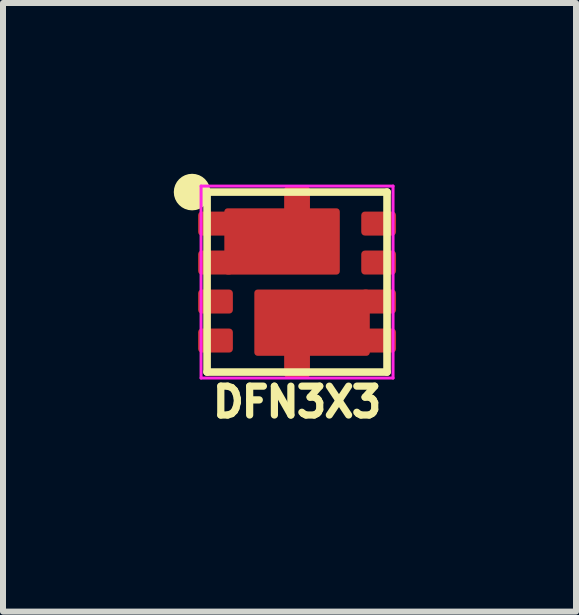
<source format=kicad_pcb>
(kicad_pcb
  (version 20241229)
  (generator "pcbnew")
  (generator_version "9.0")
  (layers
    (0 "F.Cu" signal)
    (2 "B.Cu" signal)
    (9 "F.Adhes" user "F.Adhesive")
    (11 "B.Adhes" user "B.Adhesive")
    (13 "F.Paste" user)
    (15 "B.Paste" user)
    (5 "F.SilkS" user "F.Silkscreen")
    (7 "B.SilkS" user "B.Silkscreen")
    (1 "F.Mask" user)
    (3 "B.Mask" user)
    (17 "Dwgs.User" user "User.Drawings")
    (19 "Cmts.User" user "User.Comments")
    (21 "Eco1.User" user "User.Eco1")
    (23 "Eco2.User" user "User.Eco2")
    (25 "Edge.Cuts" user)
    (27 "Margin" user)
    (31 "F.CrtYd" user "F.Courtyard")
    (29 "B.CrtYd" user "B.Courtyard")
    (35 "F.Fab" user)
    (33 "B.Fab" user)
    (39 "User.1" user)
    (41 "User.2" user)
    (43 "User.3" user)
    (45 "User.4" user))
  (footprint "DFN3X3"
    (layer "F.Cu")
    (at 1.902 1.652)
    (property "Reference" "DFN3X3" (at 0 2 180) (layer "F.SilkS") (effects (font (size 0.481 0.481) (thickness 0.15))))
    (attr through_hole)
    (fp_line (start -1.5 -1.5) (end -1.5 1.5) (stroke (width 0.127) (type solid)) (layer "F.SilkS"))
    (fp_line (start -1.5 1.5) (end 1.5 1.5) (stroke (width 0.127) (type solid)) (layer "F.SilkS"))
    (fp_line (start 1.5 -1.5) (end -1.5 -1.5) (stroke (width 0.127) (type solid)) (layer "F.SilkS"))
    (fp_line (start 1.5 1.5) (end 1.5 -1.5) (stroke (width 0.127) (type solid)) (layer "F.SilkS"))
    (fp_circle (center -1.75 -1.5) (end -1.75 -1.5) (stroke (width 0.305) (type solid)) (fill no) (layer "F.SilkS"))
    (fp_line (start -1.6 -1.6) (end -1.6 1.6) (stroke (width 0.05) (type solid)) (layer "F.CrtYd"))
    (fp_line (start -1.6 1.6) (end 1.6 1.6) (stroke (width 0.05) (type solid)) (layer "F.CrtYd"))
    (fp_line (start 1.6 -1.6) (end -1.6 -1.6) (stroke (width 0.05) (type solid)) (layer "F.CrtYd"))
    (fp_line (start 1.6 1.6) (end 1.6 -1.6) (stroke (width 0.05) (type solid)) (layer "F.CrtYd"))
    (pad "1" smd roundrect (at -1.36 -0.975 270) (size 0.4 0.58) (layers "F.Cu" "F.Mask" "F.Paste") (roundrect_rratio 0.15))
    (pad "1" smd roundrect (at -1.36 -0.325 270) (size 0.4 0.58) (layers "F.Cu" "F.Mask" "F.Paste") (roundrect_rratio 0.15))
    (pad "1" smd roundrect (at -0.25 -0.677 90) (size 1.105 1.925) (layers "F.Cu" "F.Mask" "F.Paste") (roundrect_rratio 0.05))
    (pad "1" smd roundrect (at 0 -1.23 90) (size 0.74 0.43) (layers "F.Cu" "F.Mask" "F.Paste") (roundrect_rratio 0.15))
    (pad "2" smd roundrect (at -1.36 0.325 270) (size 0.4 0.58) (layers "F.Cu" "F.Mask" "F.Paste") (roundrect_rratio 0.15))
    (pad "3" smd roundrect (at -1.36 0.975 270) (size 0.4 0.58) (layers "F.Cu" "F.Mask" "F.Paste") (roundrect_rratio 0.15))
    (pad "4" smd roundrect (at 0 1.23 90) (size 0.74 0.43) (layers "F.Cu" "F.Mask" "F.Paste") (roundrect_rratio 0.15))
    (pad "4" smd roundrect (at 0.25 0.677 90) (size 1.105 1.925) (layers "F.Cu" "F.Mask" "F.Paste") (roundrect_rratio 0.05))
    (pad "4" smd roundrect (at 1.36 0.325 270) (size 0.4 0.58) (layers "F.Cu" "F.Mask" "F.Paste") (roundrect_rratio 0.15))
    (pad "4" smd roundrect (at 1.36 0.975 270) (size 0.4 0.58) (layers "F.Cu" "F.Mask" "F.Paste") (roundrect_rratio 0.15))
    (pad "5" smd roundrect (at 1.36 -0.325 270) (size 0.4 0.58) (layers "F.Cu" "F.Mask" "F.Paste") (roundrect_rratio 0.15))
    (pad "6" smd roundrect (at 1.36 -0.975 270) (size 0.4 0.58) (layers "F.Cu" "F.Mask" "F.Paste") (roundrect_rratio 0.15)))
  (gr_rect
    (start -3 -3)
    (end 6.552 7.145)
    (stroke (width 0.1) (type default))
    (fill no)
    (layer "Edge.Cuts")))
</source>
